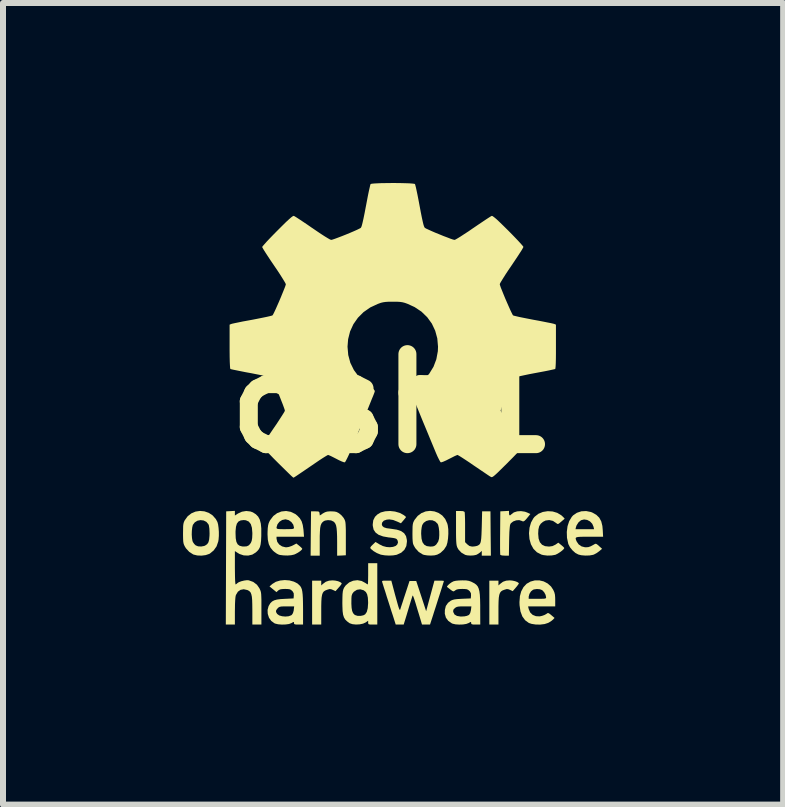
<source format=kicad_pcb>
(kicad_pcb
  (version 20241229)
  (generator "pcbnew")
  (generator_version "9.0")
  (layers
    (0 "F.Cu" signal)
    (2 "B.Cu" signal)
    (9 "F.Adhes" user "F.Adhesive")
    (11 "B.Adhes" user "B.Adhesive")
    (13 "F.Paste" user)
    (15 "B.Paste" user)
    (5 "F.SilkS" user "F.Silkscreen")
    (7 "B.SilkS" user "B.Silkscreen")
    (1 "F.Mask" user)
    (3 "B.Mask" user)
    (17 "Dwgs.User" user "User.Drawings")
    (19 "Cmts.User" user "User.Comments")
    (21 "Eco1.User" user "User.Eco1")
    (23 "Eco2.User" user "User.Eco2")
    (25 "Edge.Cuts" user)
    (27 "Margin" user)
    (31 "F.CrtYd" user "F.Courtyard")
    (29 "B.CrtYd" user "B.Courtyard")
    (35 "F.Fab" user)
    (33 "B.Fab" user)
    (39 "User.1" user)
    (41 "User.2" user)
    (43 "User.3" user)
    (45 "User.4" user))
  (footprint "osh1"
    (layer "F.Cu")
    (at 3.489 3.673)
    (property "Reference" "osh1" (at 0 0 0) (layer "F.SilkS") (effects (font (size 1.5 1.5) (thickness 0.3))))
    (attr board_only exclude_from_pos_files exclude_from_bom)
    (fp_poly (pts (xy -0.951 2.952) (xy -0.906 2.962) (xy -0.87 2.977) (xy -0.848 2.993) (xy -0.845 3.002) (xy -0.853 3.016) (xy -0.873 3.043) (xy -0.897 3.07) (xy -0.948 3.128) (xy -0.992 3.107) (xy -1.023 3.095) (xy -1.049 3.093) (xy -1.083 3.103) (xy -1.089 3.105) (xy -1.119 3.117) (xy -1.143 3.133) (xy -1.16 3.156) (xy -1.172 3.189) (xy -1.18 3.235) (xy -1.184 3.297) (xy -1.186 3.379) (xy -1.186 3.448) (xy -1.186 3.684) (xy -1.262 3.684) (xy -1.338 3.684) (xy -1.338 3.319) (xy -1.338 2.953) (xy -1.262 2.953) (xy -1.186 2.953) (xy -1.186 2.993) (xy -1.186 3.033) (xy -1.158 3.007) (xy -1.109 2.971) (xy -1.056 2.953) (xy -0.997 2.948)) (stroke (width 0) (type solid)) (fill yes) (layer "F.SilkS"))
    (fp_poly (pts (xy 2 2.952) (xy 2.045 2.962) (xy 2.081 2.976) (xy 2.104 2.992) (xy 2.107 3) (xy 2.099 3.014) (xy 2.08 3.04) (xy 2.056 3.069) (xy 2.005 3.128) (xy 1.961 3.107) (xy 1.93 3.095) (xy 1.904 3.093) (xy 1.87 3.103) (xy 1.864 3.105) (xy 1.833 3.117) (xy 1.81 3.133) (xy 1.793 3.156) (xy 1.781 3.189) (xy 1.773 3.235) (xy 1.769 3.297) (xy 1.767 3.379) (xy 1.767 3.448) (xy 1.767 3.684) (xy 1.691 3.684) (xy 1.615 3.684) (xy 1.615 3.319) (xy 1.615 2.953) (xy 1.691 2.953) (xy 1.767 2.953) (xy 1.767 2.993) (xy 1.767 3.033) (xy 1.795 3.007) (xy 1.843 2.971) (xy 1.896 2.953) (xy 1.956 2.948)) (stroke (width 0) (type solid)) (fill yes) (layer "F.SilkS"))
    (fp_poly (pts (xy 1.943 1.829) (xy 1.947 1.859) (xy 1.96 1.866) (xy 1.981 1.848) (xy 1.983 1.847) (xy 2.023 1.816) (xy 2.079 1.798) (xy 2.143 1.794) (xy 2.209 1.804) (xy 2.244 1.817) (xy 2.299 1.842) (xy 2.26 1.891) (xy 2.225 1.933) (xy 2.2 1.957) (xy 2.181 1.966) (xy 2.163 1.962) (xy 2.157 1.958) (xy 2.113 1.944) (xy 2.062 1.948) (xy 2.013 1.966) (xy 1.975 1.996) (xy 1.966 2.01) (xy 1.959 2.033) (xy 1.954 2.077) (xy 1.949 2.144) (xy 1.946 2.235) (xy 1.945 2.287) (xy 1.941 2.536) (xy 1.872 2.536) (xy 1.826 2.533) (xy 1.801 2.525) (xy 1.797 2.52) (xy 1.796 2.504) (xy 1.795 2.466) (xy 1.794 2.409) (xy 1.794 2.337) (xy 1.794 2.254) (xy 1.795 2.162) (xy 1.795 2.151) (xy 1.798 1.798) (xy 1.871 1.794) (xy 1.943 1.79)) (stroke (width 0) (type solid)) (fill yes) (layer "F.SilkS"))
    (fp_poly (pts (xy -1.247 1.799) (xy -1.226 1.803) (xy -1.217 1.815) (xy -1.214 1.832) (xy -1.21 1.867) (xy -1.158 1.832) (xy -1.123 1.813) (xy -1.089 1.802) (xy -1.044 1.798) (xy -1.022 1.798) (xy -0.971 1.8) (xy -0.934 1.807) (xy -0.901 1.823) (xy -0.886 1.833) (xy -0.847 1.866) (xy -0.813 1.907) (xy -0.805 1.921) (xy -0.795 1.94) (xy -0.788 1.959) (xy -0.783 1.982) (xy -0.78 2.012) (xy -0.778 2.054) (xy -0.776 2.111) (xy -0.776 2.187) (xy -0.776 2.252) (xy -0.776 2.53) (xy -0.849 2.534) (xy -0.921 2.537) (xy -0.921 2.313) (xy -0.922 2.214) (xy -0.925 2.138) (xy -0.93 2.08) (xy -0.938 2.036) (xy -0.95 2.005) (xy -0.966 1.982) (xy -0.98 1.969) (xy -1.022 1.949) (xy -1.074 1.944) (xy -1.124 1.952) (xy -1.147 1.964) (xy -1.168 1.982) (xy -1.184 2.004) (xy -1.196 2.035) (xy -1.204 2.077) (xy -1.208 2.134) (xy -1.211 2.21) (xy -1.211 2.302) (xy -1.211 2.536) (xy -1.287 2.536) (xy -1.363 2.536) (xy -1.36 2.167) (xy -1.356 1.798) (xy -1.287 1.798)) (stroke (width 0) (type solid)) (fill yes) (layer "F.SilkS"))
    (fp_poly (pts (xy 1.172 1.794) (xy 1.196 1.802) (xy 1.204 1.812) (xy 1.206 1.83) (xy 1.208 1.87) (xy 1.21 1.926) (xy 1.211 1.994) (xy 1.211 2.07) (xy 1.211 2.071) (xy 1.211 2.311) (xy 1.248 2.348) (xy 1.283 2.375) (xy 1.322 2.384) (xy 1.336 2.385) (xy 1.377 2.381) (xy 1.412 2.373) (xy 1.416 2.371) (xy 1.437 2.36) (xy 1.454 2.346) (xy 1.466 2.325) (xy 1.474 2.295) (xy 1.48 2.251) (xy 1.484 2.191) (xy 1.487 2.111) (xy 1.489 2.05) (xy 1.495 1.798) (xy 1.565 1.798) (xy 1.634 1.798) (xy 1.637 2.167) (xy 1.641 2.536) (xy 1.565 2.536) (xy 1.489 2.536) (xy 1.489 2.496) (xy 1.489 2.456) (xy 1.461 2.483) (xy 1.427 2.507) (xy 1.397 2.523) (xy 1.353 2.532) (xy 1.299 2.535) (xy 1.246 2.531) (xy 1.213 2.523) (xy 1.148 2.485) (xy 1.1 2.433) (xy 1.084 2.405) (xy 1.076 2.385) (xy 1.07 2.362) (xy 1.066 2.333) (xy 1.063 2.292) (xy 1.061 2.238) (xy 1.06 2.166) (xy 1.06 2.073) (xy 1.06 1.792) (xy 1.128 1.792)) (stroke (width 0) (type solid)) (fill yes) (layer "F.SilkS"))
    (fp_poly (pts (xy 2.67 1.8) (xy 2.747 1.823) (xy 2.815 1.864) (xy 2.84 1.887) (xy 2.871 1.92) (xy 2.814 1.969) (xy 2.782 1.996) (xy 2.763 2.008) (xy 2.749 2.008) (xy 2.734 1.997) (xy 2.732 1.995) (xy 2.675 1.957) (xy 2.613 1.943) (xy 2.552 1.951) (xy 2.51 1.972) (xy 2.471 2.005) (xy 2.446 2.045) (xy 2.433 2.099) (xy 2.429 2.171) (xy 2.436 2.252) (xy 2.457 2.312) (xy 2.493 2.354) (xy 2.544 2.378) (xy 2.61 2.385) (xy 2.667 2.377) (xy 2.717 2.353) (xy 2.764 2.32) (xy 2.814 2.36) (xy 2.843 2.385) (xy 2.861 2.404) (xy 2.864 2.41) (xy 2.854 2.427) (xy 2.828 2.452) (xy 2.793 2.478) (xy 2.756 2.502) (xy 2.722 2.519) (xy 2.715 2.522) (xy 2.653 2.533) (xy 2.583 2.535) (xy 2.517 2.527) (xy 2.484 2.519) (xy 2.408 2.48) (xy 2.35 2.422) (xy 2.308 2.346) (xy 2.284 2.259) (xy 2.276 2.163) (xy 2.285 2.07) (xy 2.31 1.984) (xy 2.35 1.912) (xy 2.37 1.888) (xy 2.432 1.839) (xy 2.507 1.808) (xy 2.588 1.795)) (stroke (width 0) (type solid)) (fill yes) (layer "F.SilkS"))
    (fp_poly (pts (xy 0.701 1.799) (xy 0.77 1.825) (xy 0.831 1.867) (xy 0.88 1.926) (xy 0.914 2) (xy 0.922 2.029) (xy 0.931 2.096) (xy 0.932 2.172) (xy 0.927 2.25) (xy 0.916 2.32) (xy 0.9 2.373) (xy 0.859 2.436) (xy 0.802 2.489) (xy 0.748 2.519) (xy 0.702 2.531) (xy 0.642 2.535) (xy 0.579 2.532) (xy 0.525 2.523) (xy 0.505 2.516) (xy 0.438 2.474) (xy 0.383 2.413) (xy 0.362 2.378) (xy 0.35 2.354) (xy 0.342 2.329) (xy 0.338 2.296) (xy 0.335 2.251) (xy 0.334 2.187) (xy 0.334 2.171) (xy 0.479 2.171) (xy 0.485 2.252) (xy 0.501 2.312) (xy 0.53 2.353) (xy 0.572 2.377) (xy 0.63 2.385) (xy 0.635 2.385) (xy 0.678 2.382) (xy 0.708 2.37) (xy 0.732 2.349) (xy 0.763 2.302) (xy 0.777 2.253) (xy 0.781 2.194) (xy 0.78 2.131) (xy 0.773 2.071) (xy 0.762 2.024) (xy 0.752 2.004) (xy 0.714 1.967) (xy 0.666 1.947) (xy 0.613 1.945) (xy 0.563 1.959) (xy 0.521 1.989) (xy 0.497 2.026) (xy 0.488 2.063) (xy 0.481 2.116) (xy 0.479 2.171) (xy 0.334 2.171) (xy 0.334 2.164) (xy 0.335 2.096) (xy 0.336 2.048) (xy 0.34 2.013) (xy 0.346 1.987) (xy 0.356 1.964) (xy 0.369 1.94) (xy 0.421 1.874) (xy 0.484 1.827) (xy 0.554 1.799) (xy 0.627 1.79)) (stroke (width 0) (type solid)) (fill yes) (layer "F.SilkS"))
    (fp_poly (pts (xy 3.308 1.809) (xy 3.331 1.818) (xy 3.398 1.856) (xy 3.447 1.904) (xy 3.48 1.965) (xy 3.499 2.042) (xy 3.505 2.11) (xy 3.511 2.221) (xy 3.282 2.221) (xy 3.198 2.221) (xy 3.136 2.222) (xy 3.093 2.225) (xy 3.067 2.231) (xy 3.055 2.241) (xy 3.054 2.256) (xy 3.061 2.278) (xy 3.072 2.303) (xy 3.104 2.349) (xy 3.152 2.382) (xy 3.211 2.397) (xy 3.224 2.397) (xy 3.265 2.394) (xy 3.305 2.38) (xy 3.353 2.354) (xy 3.365 2.347) (xy 3.382 2.338) (xy 3.399 2.341) (xy 3.422 2.357) (xy 3.443 2.376) (xy 3.494 2.422) (xy 3.444 2.464) (xy 3.404 2.493) (xy 3.361 2.516) (xy 3.346 2.522) (xy 3.285 2.533) (xy 3.214 2.535) (xy 3.145 2.529) (xy 3.098 2.517) (xy 3.049 2.491) (xy 3.001 2.448) (xy 2.959 2.396) (xy 2.932 2.344) (xy 2.93 2.337) (xy 2.909 2.239) (xy 2.906 2.14) (xy 2.912 2.095) (xy 3.051 2.095) (xy 3.205 2.095) (xy 3.36 2.095) (xy 3.351 2.054) (xy 3.33 2.005) (xy 3.293 1.966) (xy 3.246 1.941) (xy 3.194 1.933) (xy 3.146 1.945) (xy 3.143 1.946) (xy 3.102 1.98) (xy 3.07 2.029) (xy 3.059 2.06) (xy 3.051 2.095) (xy 2.912 2.095) (xy 2.918 2.046) (xy 2.946 1.961) (xy 2.988 1.891) (xy 3.011 1.865) (xy 3.074 1.822) (xy 3.149 1.797) (xy 3.229 1.793)) (stroke (width 0) (type solid)) (fill yes) (layer "F.SilkS"))
    (fp_poly (pts (xy -3.132 1.798) (xy -3.06 1.823) (xy -2.995 1.866) (xy -2.942 1.927) (xy -2.916 1.975) (xy -2.905 2.015) (xy -2.897 2.073) (xy -2.892 2.14) (xy -2.892 2.208) (xy -2.897 2.27) (xy -2.902 2.3) (xy -2.93 2.381) (xy -2.978 2.449) (xy -3.041 2.501) (xy -3.052 2.507) (xy -3.111 2.527) (xy -3.181 2.536) (xy -3.252 2.533) (xy -3.314 2.518) (xy -3.319 2.516) (xy -3.385 2.474) (xy -3.441 2.413) (xy -3.462 2.378) (xy -3.473 2.354) (xy -3.481 2.329) (xy -3.486 2.296) (xy -3.488 2.251) (xy -3.489 2.187) (xy -3.489 2.184) (xy -3.344 2.184) (xy -3.34 2.242) (xy -3.332 2.289) (xy -3.325 2.309) (xy -3.302 2.342) (xy -3.278 2.365) (xy -3.238 2.381) (xy -3.187 2.384) (xy -3.137 2.375) (xy -3.119 2.367) (xy -3.087 2.345) (xy -3.066 2.314) (xy -3.054 2.269) (xy -3.048 2.206) (xy -3.047 2.164) (xy -3.05 2.087) (xy -3.058 2.034) (xy -3.066 2.013) (xy -3.1 1.973) (xy -3.146 1.95) (xy -3.198 1.944) (xy -3.249 1.954) (xy -3.293 1.981) (xy -3.325 2.023) (xy -3.326 2.026) (xy -3.336 2.067) (xy -3.342 2.122) (xy -3.344 2.184) (xy -3.489 2.184) (xy -3.489 2.164) (xy -3.488 2.094) (xy -3.487 2.044) (xy -3.483 2.008) (xy -3.476 1.981) (xy -3.466 1.957) (xy -3.461 1.948) (xy -3.412 1.88) (xy -3.351 1.832) (xy -3.281 1.802) (xy -3.207 1.791)) (stroke (width 0) (type solid)) (fill yes) (layer "F.SilkS"))
    (fp_poly (pts (xy 2.52 2.965) (xy 2.587 3) (xy 2.644 3.051) (xy 2.68 3.106) (xy 2.698 3.146) (xy 2.708 3.184) (xy 2.712 3.23) (xy 2.713 3.277) (xy 2.713 3.382) (xy 2.487 3.382) (xy 2.261 3.382) (xy 2.272 3.428) (xy 2.296 3.483) (xy 2.337 3.523) (xy 2.392 3.545) (xy 2.455 3.548) (xy 2.495 3.539) (xy 2.534 3.525) (xy 2.565 3.508) (xy 2.573 3.502) (xy 2.587 3.493) (xy 2.602 3.494) (xy 2.624 3.508) (xy 2.648 3.528) (xy 2.702 3.574) (xy 2.676 3.602) (xy 2.648 3.625) (xy 2.61 3.649) (xy 2.595 3.657) (xy 2.536 3.676) (xy 2.464 3.685) (xy 2.389 3.684) (xy 2.319 3.673) (xy 2.274 3.658) (xy 2.212 3.613) (xy 2.165 3.549) (xy 2.134 3.466) (xy 2.119 3.364) (xy 2.117 3.312) (xy 2.124 3.223) (xy 2.271 3.223) (xy 2.271 3.255) (xy 2.416 3.255) (xy 2.479 3.255) (xy 2.52 3.254) (xy 2.545 3.251) (xy 2.557 3.245) (xy 2.561 3.236) (xy 2.561 3.23) (xy 2.552 3.189) (xy 2.529 3.146) (xy 2.498 3.113) (xy 2.496 3.111) (xy 2.457 3.096) (xy 2.408 3.092) (xy 2.359 3.099) (xy 2.343 3.105) (xy 2.309 3.132) (xy 2.283 3.174) (xy 2.271 3.219) (xy 2.271 3.223) (xy 2.124 3.223) (xy 2.124 3.214) (xy 2.146 3.132) (xy 2.184 3.061) (xy 2.236 3.005) (xy 2.301 2.968) (xy 2.372 2.949) (xy 2.447 2.948)) (stroke (width 0) (type solid)) (fill yes) (layer "F.SilkS"))
    (fp_poly (pts (xy 0.043 1.801) (xy 0.122 1.824) (xy 0.184 1.857) (xy 0.211 1.877) (xy 0.225 1.89) (xy 0.227 1.893) (xy 0.219 1.905) (xy 0.199 1.93) (xy 0.184 1.948) (xy 0.142 1.997) (xy 0.086 1.971) (xy 0.013 1.942) (xy -0.052 1.932) (xy -0.094 1.936) (xy -0.143 1.953) (xy -0.17 1.983) (xy -0.177 2.013) (xy -0.168 2.042) (xy -0.142 2.064) (xy -0.095 2.079) (xy -0.026 2.088) (xy -0.019 2.089) (xy 0.074 2.103) (xy 0.145 2.127) (xy 0.195 2.162) (xy 0.227 2.211) (xy 0.241 2.274) (xy 0.242 2.302) (xy 0.232 2.376) (xy 0.2 2.438) (xy 0.147 2.487) (xy 0.075 2.52) (xy 0.065 2.523) (xy 0.01 2.532) (xy -0.057 2.535) (xy -0.126 2.531) (xy -0.186 2.521) (xy -0.198 2.518) (xy -0.259 2.493) (xy -0.315 2.46) (xy -0.357 2.425) (xy -0.357 2.425) (xy -0.368 2.411) (xy -0.367 2.397) (xy -0.353 2.378) (xy -0.33 2.355) (xy -0.281 2.308) (xy -0.216 2.348) (xy -0.159 2.376) (xy -0.099 2.392) (xy -0.042 2.396) (xy 0.01 2.39) (xy 0.053 2.375) (xy 0.081 2.35) (xy 0.093 2.317) (xy 0.088 2.288) (xy 0.079 2.27) (xy 0.067 2.257) (xy 0.045 2.248) (xy 0.01 2.241) (xy -0.044 2.234) (xy -0.06 2.233) (xy -0.155 2.216) (xy -0.228 2.19) (xy -0.28 2.152) (xy -0.313 2.103) (xy -0.327 2.04) (xy -0.328 2.015) (xy -0.319 1.946) (xy -0.29 1.889) (xy -0.252 1.851) (xy -0.194 1.816) (xy -0.121 1.797) (xy -0.04 1.792)) (stroke (width 0) (type solid)) (fill yes) (layer "F.SilkS"))
    (fp_poly (pts (xy -0.252 3.173) (xy -0.252 3.684) (xy -0.328 3.684) (xy -0.37 3.684) (xy -0.393 3.68) (xy -0.402 3.671) (xy -0.404 3.654) (xy -0.404 3.652) (xy -0.404 3.62) (xy -0.445 3.649) (xy -0.489 3.669) (xy -0.546 3.681) (xy -0.608 3.684) (xy -0.666 3.678) (xy -0.711 3.663) (xy -0.713 3.662) (xy -0.754 3.632) (xy -0.785 3.602) (xy -0.807 3.566) (xy -0.822 3.52) (xy -0.83 3.46) (xy -0.833 3.383) (xy -0.834 3.337) (xy -0.684 3.337) (xy -0.68 3.406) (xy -0.671 3.457) (xy -0.656 3.493) (xy -0.634 3.518) (xy -0.62 3.527) (xy -0.579 3.54) (xy -0.529 3.54) (xy -0.483 3.53) (xy -0.454 3.514) (xy -0.427 3.474) (xy -0.411 3.412) (xy -0.405 3.328) (xy -0.405 3.312) (xy -0.409 3.236) (xy -0.421 3.181) (xy -0.442 3.142) (xy -0.475 3.116) (xy -0.479 3.113) (xy -0.536 3.097) (xy -0.591 3.105) (xy -0.64 3.136) (xy -0.647 3.143) (xy -0.669 3.173) (xy -0.68 3.207) (xy -0.683 3.246) (xy -0.684 3.337) (xy -0.834 3.337) (xy -0.834 3.319) (xy -0.833 3.237) (xy -0.831 3.176) (xy -0.826 3.131) (xy -0.817 3.096) (xy -0.804 3.068) (xy -0.785 3.041) (xy -0.776 3.03) (xy -0.72 2.982) (xy -0.654 2.954) (xy -0.583 2.945) (xy -0.513 2.958) (xy -0.453 2.99) (xy -0.427 3.007) (xy -0.412 3.016) (xy -0.411 3.016) (xy -0.408 3.004) (xy -0.406 2.971) (xy -0.405 2.922) (xy -0.404 2.862) (xy -0.404 2.839) (xy -0.404 2.662) (xy -0.328 2.662) (xy -0.252 2.662)) (stroke (width 0) (type solid)) (fill yes) (layer "F.SilkS"))
    (fp_poly (pts (xy 0.043 3.183) (xy 0.068 3.273) (xy 0.087 3.342) (xy 0.101 3.39) (xy 0.112 3.421) (xy 0.12 3.437) (xy 0.126 3.44) (xy 0.131 3.432) (xy 0.133 3.425) (xy 0.139 3.405) (xy 0.152 3.365) (xy 0.17 3.311) (xy 0.191 3.245) (xy 0.213 3.179) (xy 0.285 2.959) (xy 0.341 2.959) (xy 0.397 2.959) (xy 0.48 3.21) (xy 0.562 3.462) (xy 0.631 3.207) (xy 0.7 2.953) (xy 0.779 2.953) (xy 0.82 2.953) (xy 0.848 2.955) (xy 0.858 2.958) (xy 0.856 2.967) (xy 0.849 2.989) (xy 0.837 3.027) (xy 0.82 3.082) (xy 0.797 3.154) (xy 0.767 3.247) (xy 0.731 3.361) (xy 0.687 3.497) (xy 0.685 3.505) (xy 0.627 3.684) (xy 0.56 3.684) (xy 0.493 3.684) (xy 0.462 3.58) (xy 0.445 3.523) (xy 0.423 3.452) (xy 0.401 3.379) (xy 0.387 3.332) (xy 0.37 3.278) (xy 0.355 3.235) (xy 0.344 3.207) (xy 0.338 3.2) (xy 0.338 3.2) (xy 0.331 3.216) (xy 0.32 3.251) (xy 0.305 3.298) (xy 0.297 3.325) (xy 0.277 3.391) (xy 0.254 3.468) (xy 0.232 3.542) (xy 0.226 3.561) (xy 0.188 3.684) (xy 0.122 3.684) (xy 0.055 3.684) (xy 0.008 3.536) (xy -0.015 3.467) (xy -0.041 3.384) (xy -0.069 3.296) (xy -0.096 3.213) (xy -0.1 3.199) (xy -0.121 3.131) (xy -0.141 3.071) (xy -0.156 3.022) (xy -0.166 2.99) (xy -0.169 2.981) (xy -0.173 2.966) (xy -0.167 2.957) (xy -0.148 2.953) (xy -0.11 2.953) (xy -0.098 2.953) (xy -0.018 2.953)) (stroke (width 0) (type solid)) (fill yes) (layer "F.SilkS"))
    (fp_poly (pts (xy -1.694 1.806) (xy -1.619 1.842) (xy -1.585 1.869) (xy -1.543 1.913) (xy -1.513 1.963) (xy -1.494 2.025) (xy -1.482 2.104) (xy -1.481 2.119) (xy -1.473 2.221) (xy -1.702 2.221) (xy -1.931 2.221) (xy -1.931 2.253) (xy -1.919 2.306) (xy -1.887 2.35) (xy -1.839 2.382) (xy -1.78 2.397) (xy -1.763 2.397) (xy -1.726 2.391) (xy -1.682 2.376) (xy -1.66 2.366) (xy -1.6 2.334) (xy -1.551 2.373) (xy -1.522 2.398) (xy -1.505 2.417) (xy -1.502 2.423) (xy -1.512 2.439) (xy -1.538 2.462) (xy -1.573 2.486) (xy -1.612 2.507) (xy -1.637 2.518) (xy -1.686 2.529) (xy -1.748 2.534) (xy -1.813 2.532) (xy -1.871 2.525) (xy -1.892 2.52) (xy -1.926 2.503) (xy -1.965 2.475) (xy -1.989 2.455) (xy -2.031 2.404) (xy -2.06 2.344) (xy -2.076 2.271) (xy -2.081 2.18) (xy -2.08 2.134) (xy -2.077 2.073) (xy -2.076 2.069) (xy -1.931 2.069) (xy -1.929 2.08) (xy -1.922 2.087) (xy -1.905 2.092) (xy -1.874 2.094) (xy -1.824 2.095) (xy -1.785 2.095) (xy -1.723 2.094) (xy -1.682 2.093) (xy -1.657 2.09) (xy -1.645 2.084) (xy -1.641 2.076) (xy -1.64 2.069) (xy -1.652 2.02) (xy -1.683 1.977) (xy -1.727 1.945) (xy -1.778 1.931) (xy -1.785 1.931) (xy -1.837 1.942) (xy -1.882 1.971) (xy -1.915 2.013) (xy -1.93 2.061) (xy -1.931 2.069) (xy -2.076 2.069) (xy -2.071 2.03) (xy -2.062 1.996) (xy -2.047 1.962) (xy -2.036 1.943) (xy -1.985 1.876) (xy -1.921 1.828) (xy -1.849 1.8) (xy -1.771 1.792)) (stroke (width 0) (type solid)) (fill yes) (layer "F.SilkS"))
    (fp_poly (pts (xy -1.716 2.949) (xy -1.642 2.969) (xy -1.58 3.001) (xy -1.537 3.042) (xy -1.522 3.066) (xy -1.51 3.095) (xy -1.502 3.132) (xy -1.496 3.18) (xy -1.492 3.244) (xy -1.49 3.326) (xy -1.489 3.429) (xy -1.489 3.684) (xy -1.565 3.684) (xy -1.607 3.684) (xy -1.63 3.679) (xy -1.639 3.67) (xy -1.64 3.659) (xy -1.641 3.644) (xy -1.649 3.641) (xy -1.669 3.652) (xy -1.681 3.659) (xy -1.722 3.675) (xy -1.779 3.683) (xy -1.842 3.685) (xy -1.904 3.68) (xy -1.954 3.668) (xy -1.966 3.663) (xy -2.019 3.624) (xy -2.057 3.57) (xy -2.077 3.507) (xy -2.079 3.474) (xy -1.94 3.474) (xy -1.921 3.507) (xy -1.921 3.507) (xy -1.887 3.532) (xy -1.838 3.546) (xy -1.783 3.551) (xy -1.729 3.546) (xy -1.686 3.53) (xy -1.674 3.52) (xy -1.657 3.493) (xy -1.645 3.452) (xy -1.644 3.44) (xy -1.637 3.382) (xy -1.759 3.382) (xy -1.817 3.382) (xy -1.855 3.384) (xy -1.88 3.39) (xy -1.897 3.399) (xy -1.912 3.413) (xy -1.937 3.445) (xy -1.94 3.474) (xy -2.079 3.474) (xy -2.08 3.44) (xy -2.063 3.376) (xy -2.033 3.327) (xy -2.005 3.3) (xy -1.97 3.281) (xy -1.924 3.268) (xy -1.862 3.26) (xy -1.792 3.256) (xy -1.647 3.249) (xy -1.643 3.202) (xy -1.645 3.162) (xy -1.663 3.131) (xy -1.671 3.123) (xy -1.691 3.106) (xy -1.714 3.096) (xy -1.748 3.092) (xy -1.789 3.091) (xy -1.839 3.093) (xy -1.872 3.099) (xy -1.895 3.111) (xy -1.904 3.118) (xy -1.932 3.144) (xy -1.99 3.096) (xy -2.048 3.049) (xy -2.001 3.008) (xy -1.943 2.972) (xy -1.872 2.951) (xy -1.794 2.943)) (stroke (width 0) (type solid)) (fill yes) (layer "F.SilkS"))
    (fp_poly (pts (xy 1.228 2.949) (xy 1.272 2.956) (xy 1.311 2.969) (xy 1.331 2.979) (xy 1.369 2.999) (xy 1.398 3.021) (xy 1.421 3.048) (xy 1.437 3.083) (xy 1.449 3.128) (xy 1.457 3.188) (xy 1.461 3.264) (xy 1.463 3.361) (xy 1.463 3.435) (xy 1.464 3.684) (xy 1.388 3.684) (xy 1.346 3.684) (xy 1.323 3.679) (xy 1.314 3.67) (xy 1.312 3.659) (xy 1.311 3.644) (xy 1.304 3.641) (xy 1.283 3.652) (xy 1.271 3.659) (xy 1.231 3.674) (xy 1.175 3.683) (xy 1.113 3.685) (xy 1.052 3.681) (xy 1.004 3.67) (xy 0.991 3.665) (xy 0.93 3.622) (xy 0.891 3.569) (xy 0.873 3.503) (xy 0.874 3.461) (xy 1.012 3.461) (xy 1.015 3.478) (xy 1.035 3.517) (xy 1.076 3.541) (xy 1.137 3.551) (xy 1.199 3.548) (xy 1.239 3.54) (xy 1.272 3.526) (xy 1.279 3.52) (xy 1.296 3.493) (xy 1.307 3.452) (xy 1.309 3.44) (xy 1.316 3.382) (xy 1.195 3.382) (xy 1.137 3.382) (xy 1.098 3.385) (xy 1.072 3.391) (xy 1.053 3.401) (xy 1.04 3.411) (xy 1.017 3.435) (xy 1.012 3.461) (xy 0.874 3.461) (xy 0.874 3.442) (xy 0.89 3.375) (xy 0.927 3.322) (xy 0.973 3.287) (xy 0.999 3.275) (xy 1.032 3.266) (xy 1.079 3.26) (xy 1.144 3.256) (xy 1.161 3.255) (xy 1.306 3.249) (xy 1.31 3.202) (xy 1.308 3.162) (xy 1.29 3.131) (xy 1.282 3.123) (xy 1.262 3.106) (xy 1.239 3.096) (xy 1.205 3.092) (xy 1.163 3.091) (xy 1.109 3.093) (xy 1.073 3.1) (xy 1.048 3.114) (xy 1.046 3.115) (xy 1.027 3.129) (xy 1.013 3.131) (xy 0.993 3.121) (xy 0.965 3.1) (xy 0.935 3.077) (xy 0.915 3.061) (xy 0.909 3.057) (xy 0.912 3.046) (xy 0.929 3.026) (xy 0.956 3.002) (xy 0.987 2.98) (xy 1.016 2.965) (xy 1.021 2.963) (xy 1.056 2.955) (xy 1.106 2.95) (xy 1.161 2.948) (xy 1.168 2.948)) (stroke (width 0) (type solid)) (fill yes) (layer "F.SilkS"))
    (fp_poly (pts (xy -2.625 1.829) (xy -2.625 1.868) (xy -2.573 1.834) (xy -2.508 1.804) (xy -2.436 1.792) (xy -2.366 1.8) (xy -2.325 1.815) (xy -2.275 1.847) (xy -2.237 1.886) (xy -2.21 1.936) (xy -2.193 2.001) (xy -2.185 2.082) (xy -2.185 2.185) (xy -2.185 2.209) (xy -2.189 2.289) (xy -2.196 2.348) (xy -2.207 2.392) (xy -2.225 2.428) (xy -2.251 2.459) (xy -2.277 2.483) (xy -2.335 2.519) (xy -2.404 2.535) (xy -2.477 2.532) (xy -2.547 2.509) (xy -2.574 2.493) (xy -2.625 2.46) (xy -2.625 2.738) (xy -2.624 2.819) (xy -2.623 2.89) (xy -2.621 2.949) (xy -2.618 2.991) (xy -2.615 3.013) (xy -2.613 3.016) (xy -2.597 3.007) (xy -2.587 2.997) (xy -2.561 2.979) (xy -2.519 2.963) (xy -2.47 2.951) (xy -2.424 2.945) (xy -2.394 2.947) (xy -2.319 2.974) (xy -2.257 3.021) (xy -2.216 3.081) (xy -2.205 3.104) (xy -2.197 3.124) (xy -2.191 3.147) (xy -2.187 3.176) (xy -2.185 3.215) (xy -2.183 3.268) (xy -2.183 3.34) (xy -2.183 3.416) (xy -2.183 3.684) (xy -2.259 3.684) (xy -2.334 3.684) (xy -2.334 3.451) (xy -2.335 3.353) (xy -2.337 3.278) (xy -2.342 3.221) (xy -2.351 3.18) (xy -2.363 3.15) (xy -2.381 3.13) (xy -2.404 3.115) (xy -2.418 3.109) (xy -2.477 3.096) (xy -2.531 3.106) (xy -2.575 3.137) (xy -2.606 3.189) (xy -2.612 3.206) (xy -2.616 3.233) (xy -2.62 3.28) (xy -2.623 3.341) (xy -2.624 3.412) (xy -2.625 3.467) (xy -2.625 3.684) (xy -2.7 3.684) (xy -2.776 3.684) (xy -2.773 2.741) (xy -2.771 2.164) (xy -2.614 2.164) (xy -2.611 2.246) (xy -2.6 2.306) (xy -2.579 2.347) (xy -2.547 2.371) (xy -2.502 2.383) (xy -2.472 2.384) (xy -2.428 2.381) (xy -2.397 2.367) (xy -2.382 2.353) (xy -2.36 2.325) (xy -2.345 2.29) (xy -2.337 2.243) (xy -2.334 2.178) (xy -2.334 2.156) (xy -2.341 2.072) (xy -2.36 2.01) (xy -2.394 1.968) (xy -2.441 1.947) (xy -2.477 1.943) (xy -2.528 1.949) (xy -2.566 1.968) (xy -2.592 2.003) (xy -2.607 2.056) (xy -2.614 2.13) (xy -2.614 2.164) (xy -2.771 2.164) (xy -2.77 1.798) (xy -2.697 1.794) (xy -2.625 1.79)) (stroke (width 0) (type solid)) (fill yes) (layer "F.SilkS"))
    (fp_poly (pts (xy 0.059 -3.673) (xy 0.141 -3.672) (xy 0.217 -3.67) (xy 0.282 -3.668) (xy 0.333 -3.664) (xy 0.366 -3.66) (xy 0.376 -3.656) (xy 0.381 -3.64) (xy 0.391 -3.602) (xy 0.403 -3.547) (xy 0.418 -3.476) (xy 0.434 -3.394) (xy 0.451 -3.304) (xy 0.453 -3.293) (xy 0.473 -3.186) (xy 0.49 -3.101) (xy 0.504 -3.036) (xy 0.515 -2.989) (xy 0.525 -2.956) (xy 0.534 -2.936) (xy 0.541 -2.926) (xy 0.562 -2.914) (xy 0.601 -2.896) (xy 0.654 -2.872) (xy 0.716 -2.845) (xy 0.783 -2.818) (xy 0.851 -2.79) (xy 0.915 -2.766) (xy 0.969 -2.745) (xy 1.01 -2.731) (xy 1.034 -2.726) (xy 1.035 -2.725) (xy 1.052 -2.732) (xy 1.087 -2.752) (xy 1.136 -2.782) (xy 1.197 -2.822) (xy 1.268 -2.868) (xy 1.343 -2.92) (xy 1.348 -2.923) (xy 1.424 -2.975) (xy 1.494 -3.022) (xy 1.555 -3.063) (xy 1.604 -3.095) (xy 1.639 -3.117) (xy 1.656 -3.126) (xy 1.656 -3.126) (xy 1.669 -3.122) (xy 1.694 -3.104) (xy 1.732 -3.073) (xy 1.783 -3.025) (xy 1.849 -2.961) (xy 1.931 -2.88) (xy 1.996 -2.814) (xy 2.055 -2.753) (xy 2.105 -2.7) (xy 2.145 -2.656) (xy 2.172 -2.625) (xy 2.183 -2.609) (xy 2.183 -2.608) (xy 2.176 -2.593) (xy 2.157 -2.559) (xy 2.126 -2.511) (xy 2.087 -2.451) (xy 2.041 -2.382) (xy 1.99 -2.306) (xy 1.986 -2.3) (xy 1.934 -2.224) (xy 1.887 -2.153) (xy 1.848 -2.091) (xy 1.817 -2.041) (xy 1.796 -2.005) (xy 1.789 -1.987) (xy 1.789 -1.986) (xy 1.794 -1.967) (xy 1.807 -1.929) (xy 1.828 -1.877) (xy 1.853 -1.815) (xy 1.881 -1.747) (xy 1.911 -1.678) (xy 1.94 -1.612) (xy 1.966 -1.554) (xy 1.988 -1.508) (xy 2.004 -1.477) (xy 2.01 -1.468) (xy 2.026 -1.462) (xy 2.064 -1.453) (xy 2.119 -1.44) (xy 2.189 -1.426) (xy 2.27 -1.41) (xy 2.347 -1.395) (xy 2.435 -1.379) (xy 2.517 -1.363) (xy 2.587 -1.349) (xy 2.643 -1.338) (xy 2.682 -1.329) (xy 2.697 -1.325) (xy 2.725 -1.313) (xy 2.725 -0.947) (xy 2.725 -0.832) (xy 2.724 -0.737) (xy 2.722 -0.662) (xy 2.719 -0.61) (xy 2.715 -0.58) (xy 2.713 -0.574) (xy 2.697 -0.57) (xy 2.661 -0.562) (xy 2.606 -0.55) (xy 2.536 -0.536) (xy 2.456 -0.521) (xy 2.37 -0.505) (xy 2.281 -0.488) (xy 2.2 -0.471) (xy 2.131 -0.456) (xy 2.076 -0.443) (xy 2.039 -0.433) (xy 2.024 -0.426) (xy 2.015 -0.41) (xy 1.998 -0.374) (xy 1.976 -0.323) (xy 1.95 -0.262) (xy 1.922 -0.193) (xy 1.894 -0.122) (xy 1.866 -0.053) (xy 1.842 0.01) (xy 1.823 0.063) (xy 1.809 0.101) (xy 1.804 0.12) (xy 1.804 0.121) (xy 1.811 0.136) (xy 1.831 0.169) (xy 1.861 0.217) (xy 1.9 0.276) (xy 1.945 0.345) (xy 1.994 0.416) (xy 2.044 0.49) (xy 2.09 0.558) (xy 2.128 0.617) (xy 2.158 0.664) (xy 2.177 0.695) (xy 2.183 0.709) (xy 2.174 0.722) (xy 2.15 0.75) (xy 2.112 0.791) (xy 2.063 0.843) (xy 2.005 0.903) (xy 1.94 0.968) (xy 1.926 0.983) (xy 1.851 1.057) (xy 1.792 1.115) (xy 1.747 1.159) (xy 1.713 1.19) (xy 1.688 1.211) (xy 1.67 1.223) (xy 1.657 1.228) (xy 1.647 1.227) (xy 1.639 1.223) (xy 1.62 1.212) (xy 1.584 1.188) (xy 1.534 1.154) (xy 1.473 1.113) (xy 1.404 1.066) (xy 1.355 1.033) (xy 1.284 0.984) (xy 1.219 0.941) (xy 1.164 0.905) (xy 1.121 0.878) (xy 1.093 0.862) (xy 1.085 0.858) (xy 1.068 0.864) (xy 1.034 0.879) (xy 0.989 0.902) (xy 0.947 0.923) (xy 0.896 0.949) (xy 0.851 0.969) (xy 0.819 0.98) (xy 0.806 0.981) (xy 0.795 0.968) (xy 0.777 0.935) (xy 0.753 0.887) (xy 0.727 0.828) (xy 0.71 0.787) (xy 0.634 0.604) (xy 0.568 0.444) (xy 0.51 0.305) (xy 0.461 0.185) (xy 0.42 0.084) (xy 0.385 0.001) (xy 0.358 -0.066) (xy 0.337 -0.118) (xy 0.322 -0.156) (xy 0.313 -0.181) (xy 0.308 -0.195) (xy 0.308 -0.196) (xy 0.307 -0.211) (xy 0.316 -0.227) (xy 0.338 -0.248) (xy 0.376 -0.277) (xy 0.401 -0.295) (xy 0.519 -0.391) (xy 0.614 -0.496) (xy 0.685 -0.612) (xy 0.732 -0.736) (xy 0.757 -0.87) (xy 0.76 -0.946) (xy 0.748 -1.084) (xy 0.713 -1.212) (xy 0.657 -1.331) (xy 0.58 -1.437) (xy 0.484 -1.53) (xy 0.37 -1.606) (xy 0.252 -1.66) (xy 0.208 -1.676) (xy 0.169 -1.686) (xy 0.129 -1.692) (xy 0.079 -1.695) (xy 0.012 -1.695) (xy 0.006 -1.695) (xy -0.062 -1.695) (xy -0.113 -1.692) (xy -0.154 -1.686) (xy -0.192 -1.677) (xy -0.236 -1.661) (xy -0.24 -1.66) (xy -0.369 -1.6) (xy -0.481 -1.522) (xy -0.575 -1.428) (xy -0.65 -1.321) (xy -0.705 -1.201) (xy -0.738 -1.071) (xy -0.748 -0.946) (xy -0.736 -0.807) (xy -0.701 -0.677) (xy -0.642 -0.557) (xy -0.56 -0.446) (xy -0.455 -0.345) (xy -0.389 -0.295) (xy -0.342 -0.261) (xy -0.313 -0.237) (xy -0.298 -0.219) (xy -0.294 -0.203) (xy -0.295 -0.196) (xy -0.299 -0.184) (xy -0.308 -0.16) (xy -0.322 -0.124) (xy -0.343 -0.074) (xy -0.369 -0.009) (xy -0.402 0.073) (xy -0.443 0.171) (xy -0.491 0.288) (xy -0.547 0.425) (xy -0.612 0.583) (xy -0.687 0.762) (xy -0.697 0.787) (xy -0.724 0.851) (xy -0.75 0.906) (xy -0.772 0.949) (xy -0.787 0.975) (xy -0.793 0.981) (xy -0.811 0.979) (xy -0.846 0.966) (xy -0.892 0.945) (xy -0.934 0.923) (xy -0.985 0.897) (xy -1.029 0.875) (xy -1.06 0.862) (xy -1.072 0.858) (xy -1.087 0.865) (xy -1.119 0.884) (xy -1.164 0.912) (xy -1.219 0.948) (xy -1.26 0.976) (xy -1.361 1.045) (xy -1.443 1.101) (xy -1.508 1.145) (xy -1.558 1.179) (xy -1.595 1.204) (xy -1.621 1.221) (xy -1.637 1.231) (xy -1.647 1.236) (xy -1.65 1.237) (xy -1.661 1.228) (xy -1.688 1.204) (xy -1.727 1.166) (xy -1.777 1.117) (xy -1.836 1.059) (xy -1.901 0.995) (xy -1.915 0.981) (xy -1.981 0.915) (xy -2.04 0.854) (xy -2.091 0.8) (xy -2.131 0.757) (xy -2.158 0.726) (xy -2.17 0.71) (xy -2.17 0.709) (xy -2.163 0.694) (xy -2.144 0.662) (xy -2.114 0.615) (xy -2.075 0.555) (xy -2.029 0.487) (xy -1.981 0.416) (xy -1.93 0.342) (xy -1.885 0.273) (xy -1.847 0.214) (xy -1.817 0.167) (xy -1.798 0.135) (xy -1.792 0.121) (xy -1.796 0.102) (xy -1.809 0.065) (xy -1.828 0.013) (xy -1.853 -0.05) (xy -1.88 -0.119) (xy -1.908 -0.19) (xy -1.936 -0.258) (xy -1.962 -0.321) (xy -1.985 -0.372) (xy -2.001 -0.409) (xy -2.011 -0.426) (xy -2.011 -0.426) (xy -2.028 -0.433) (xy -2.065 -0.443) (xy -2.121 -0.457) (xy -2.191 -0.472) (xy -2.272 -0.488) (xy -2.357 -0.505) (xy -2.446 -0.521) (xy -2.526 -0.537) (xy -2.595 -0.551) (xy -2.65 -0.562) (xy -2.686 -0.57) (xy -2.7 -0.574) (xy -2.704 -0.589) (xy -2.707 -0.628) (xy -2.71 -0.69) (xy -2.712 -0.773) (xy -2.713 -0.877) (xy -2.713 -0.947) (xy -2.713 -1.313) (xy -2.684 -1.325) (xy -2.665 -1.33) (xy -2.624 -1.339) (xy -2.565 -1.351) (xy -2.493 -1.366) (xy -2.41 -1.381) (xy -2.334 -1.395) (xy -2.247 -1.412) (xy -2.167 -1.428) (xy -2.099 -1.442) (xy -2.046 -1.454) (xy -2.011 -1.463) (xy -1.998 -1.468) (xy -1.987 -1.485) (xy -1.969 -1.521) (xy -1.945 -1.572) (xy -1.918 -1.633) (xy -1.888 -1.701) (xy -1.859 -1.77) (xy -1.832 -1.836) (xy -1.808 -1.895) (xy -1.789 -1.943) (xy -1.778 -1.976) (xy -1.776 -1.986) (xy -1.783 -2.003) (xy -1.803 -2.038) (xy -1.833 -2.087) (xy -1.872 -2.149) (xy -1.918 -2.219) (xy -1.97 -2.295) (xy -1.973 -2.3) (xy -2.025 -2.376) (xy -2.071 -2.446) (xy -2.111 -2.507) (xy -2.142 -2.556) (xy -2.162 -2.59) (xy -2.17 -2.606) (xy -2.17 -2.607) (xy -2.162 -2.62) (xy -2.137 -2.649) (xy -2.1 -2.691) (xy -2.051 -2.743) (xy -1.993 -2.803) (xy -1.929 -2.868) (xy -1.918 -2.879) (xy -1.837 -2.96) (xy -1.772 -3.024) (xy -1.721 -3.071) (xy -1.684 -3.103) (xy -1.659 -3.121) (xy -1.645 -3.126) (xy -1.644 -3.126) (xy -1.628 -3.118) (xy -1.594 -3.097) (xy -1.545 -3.065) (xy -1.485 -3.025) (xy -1.415 -2.978) (xy -1.34 -2.926) (xy -1.335 -2.923) (xy -1.259 -2.871) (xy -1.189 -2.824) (xy -1.127 -2.784) (xy -1.076 -2.753) (xy -1.041 -2.733) (xy -1.022 -2.726) (xy -1.022 -2.725) (xy -1 -2.73) (xy -0.961 -2.743) (xy -0.907 -2.763) (xy -0.844 -2.787) (xy -0.776 -2.814) (xy -0.708 -2.842) (xy -0.645 -2.869) (xy -0.591 -2.893) (xy -0.55 -2.913) (xy -0.528 -2.925) (xy -0.527 -2.926) (xy -0.518 -2.941) (xy -0.508 -2.971) (xy -0.496 -3.019) (xy -0.481 -3.086) (xy -0.463 -3.174) (xy -0.442 -3.285) (xy -0.44 -3.294) (xy -0.423 -3.384) (xy -0.407 -3.468) (xy -0.392 -3.54) (xy -0.379 -3.597) (xy -0.37 -3.637) (xy -0.364 -3.655) (xy -0.363 -3.656) (xy -0.347 -3.661) (xy -0.309 -3.665) (xy -0.254 -3.668) (xy -0.186 -3.671) (xy -0.108 -3.672) (xy -0.025 -3.673)) (stroke (width 0) (type solid)) (fill yes) (layer "F.SilkS")))
  (gr_rect
    (start -3 -3)
    (end 10 10.358)
    (stroke (width 0.1) (type default))
    (fill no)
    (layer "Edge.Cuts")))
</source>
